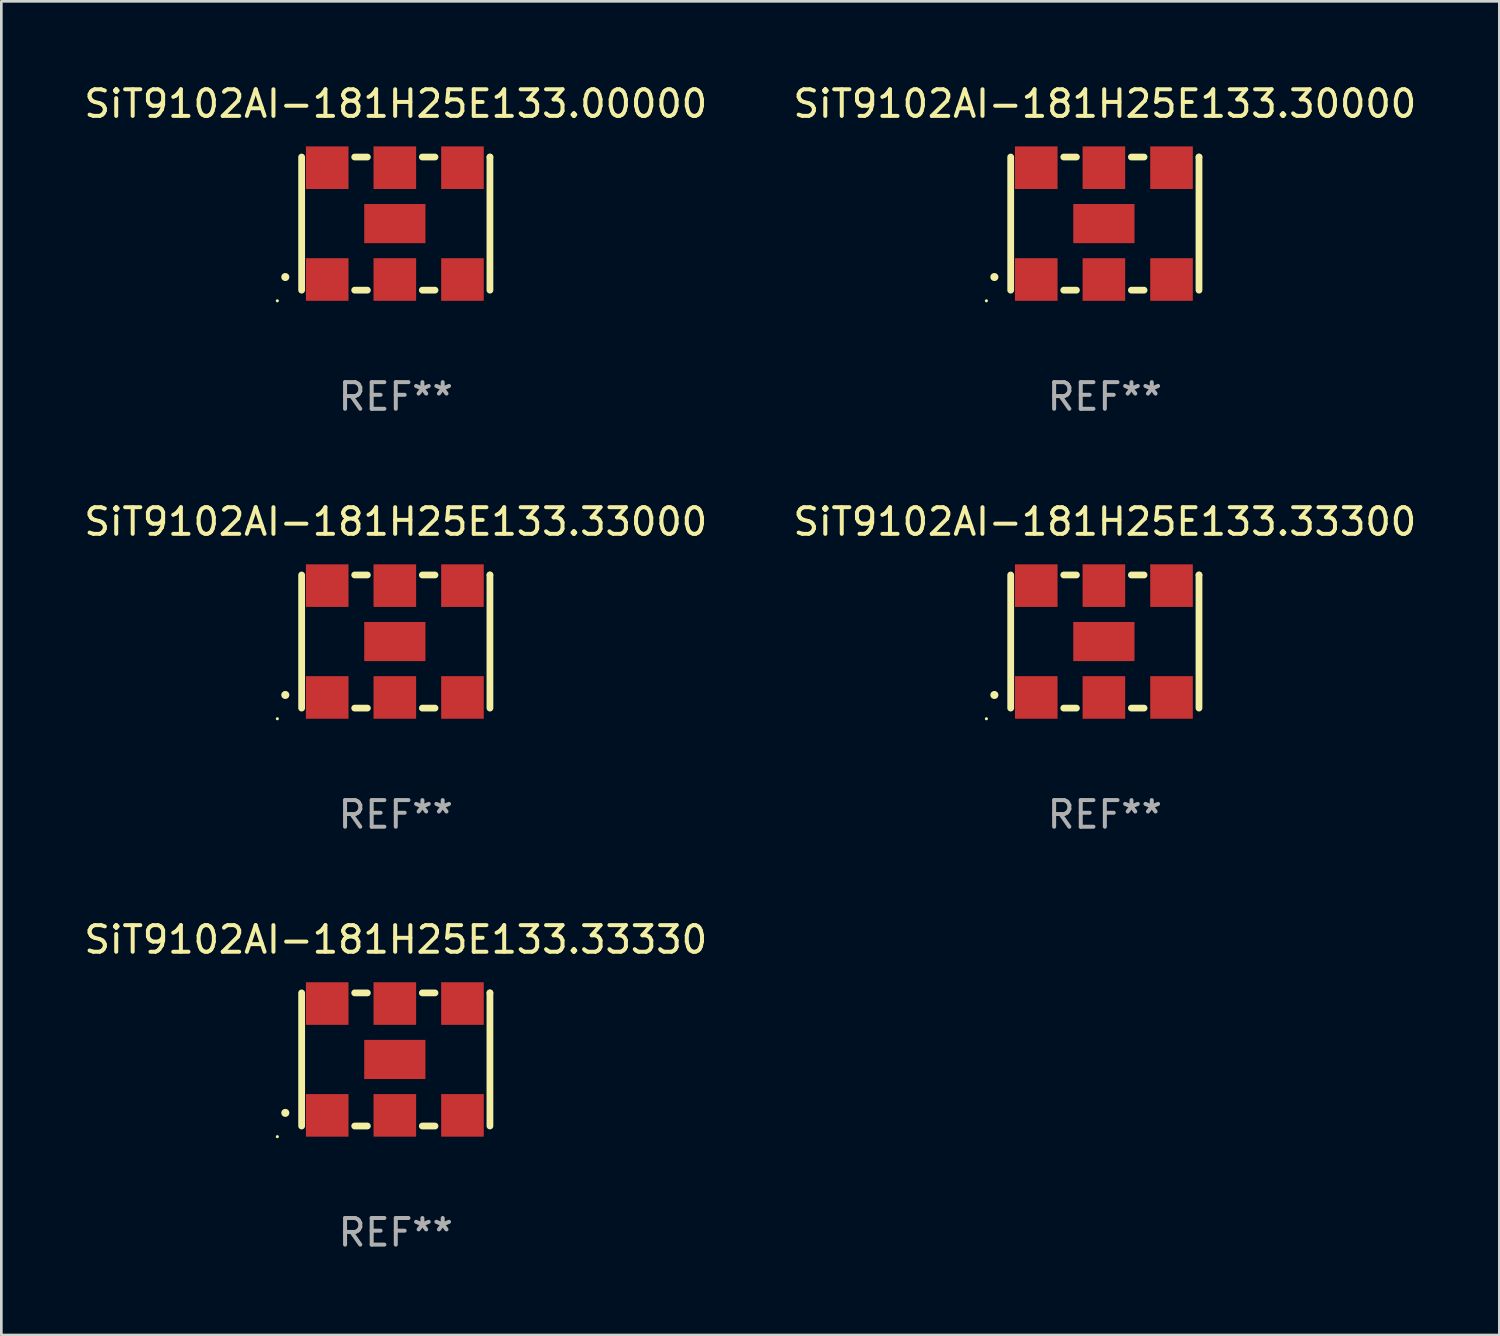
<source format=kicad_pcb>
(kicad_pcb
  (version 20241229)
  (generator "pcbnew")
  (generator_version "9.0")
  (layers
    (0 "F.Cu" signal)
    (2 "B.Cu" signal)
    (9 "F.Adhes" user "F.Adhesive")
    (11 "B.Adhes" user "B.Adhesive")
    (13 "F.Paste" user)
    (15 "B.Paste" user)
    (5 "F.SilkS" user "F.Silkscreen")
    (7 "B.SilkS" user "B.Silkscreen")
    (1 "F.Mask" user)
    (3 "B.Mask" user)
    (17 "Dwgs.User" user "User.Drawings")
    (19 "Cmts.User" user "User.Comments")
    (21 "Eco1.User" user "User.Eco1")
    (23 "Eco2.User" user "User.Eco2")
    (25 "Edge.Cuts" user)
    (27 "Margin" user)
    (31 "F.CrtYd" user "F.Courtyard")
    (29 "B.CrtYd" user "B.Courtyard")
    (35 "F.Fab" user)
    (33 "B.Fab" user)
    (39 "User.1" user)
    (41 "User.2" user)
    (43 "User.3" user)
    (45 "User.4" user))
  (footprint "SiT9102AI-181H25E133.30000"
    (layer "F.Cu")
    (at 38.446 5.348)
    (property "Reference" "SiT9102AI-181H25E133.30000" (at 0 -4.5 0) (layer "F.SilkS") (effects (font (size 1 1) (thickness 0.15))))
    (attr through_hole)
    (fp_line (start -3.536 -2.5) (end -3.536 2.5) (stroke (width 0.254) (type solid)) (layer "F.SilkS"))
    (fp_line (start -1.544 2.5) (end -1.067 2.5) (stroke (width 0.254) (type solid)) (layer "F.SilkS"))
    (fp_line (start -1.067 -2.5) (end -1.544 -2.5) (stroke (width 0.254) (type solid)) (layer "F.SilkS"))
    (fp_line (start 0.996 2.5) (end 1.473 2.5) (stroke (width 0.254) (type solid)) (layer "F.SilkS"))
    (fp_line (start 1.473 -2.5) (end 0.996 -2.5) (stroke (width 0.254) (type solid)) (layer "F.SilkS"))
    (fp_line (start 3.536 -2.5) (end 3.536 -2.5) (stroke (width 0.254) (type solid)) (layer "F.SilkS"))
    (fp_line (start 3.536 2.5) (end 3.536 -2.5) (stroke (width 0.254) (type solid)) (layer "F.SilkS"))
    (fp_arc (start -4.150432 2.006604) (mid -4.149162 2.006599) (end -4.147892 2.006604) (stroke (width 0.3) (type solid)) (layer "F.SilkS"))
    (fp_circle (center -4.449 2.9) (end -4.419 2.9) (stroke (width 0.06) (type solid)) (fill no) (layer "F.SilkS"))
    (fp_text user "REF**" (at 0 6.5 0) (layer "F.Fab") (effects (font (size 1 1) (thickness 0.15))))
    (pad "1" smd rect (at -2.576 2.1) (size 1.6 1.6) (layers "F.Cu" "F.Mask" "F.Paste"))
    (pad "2" smd rect (at -0.036 2.1) (size 1.6 1.6) (layers "F.Cu" "F.Mask" "F.Paste"))
    (pad "3" smd rect (at 2.504 2.1) (size 1.6 1.6) (layers "F.Cu" "F.Mask" "F.Paste"))
    (pad "4" smd rect (at 2.504 -2.1) (size 1.6 1.6) (layers "F.Cu" "F.Mask" "F.Paste"))
    (pad "5" smd rect (at -0.036 -2.1) (size 1.6 1.6) (layers "F.Cu" "F.Mask" "F.Paste"))
    (pad "6" smd rect (at -2.576 -2.1) (size 1.6 1.6) (layers "F.Cu" "F.Mask" "F.Paste"))
    (pad "7" smd rect (at -0.036 0) (size 2.3 1.47) (layers "F.Cu" "F.Mask" "F.Paste")))
  (footprint "SiT9102AI-181H25E133.33300"
    (layer "F.Cu")
    (at 38.446 21.045)
    (property "Reference" "SiT9102AI-181H25E133.33300" (at 0 -4.5 0) (layer "F.SilkS") (effects (font (size 1 1) (thickness 0.15))))
    (attr through_hole)
    (fp_line (start -3.536 -2.5) (end -3.536 2.5) (stroke (width 0.254) (type solid)) (layer "F.SilkS"))
    (fp_line (start -1.544 2.5) (end -1.067 2.5) (stroke (width 0.254) (type solid)) (layer "F.SilkS"))
    (fp_line (start -1.067 -2.5) (end -1.544 -2.5) (stroke (width 0.254) (type solid)) (layer "F.SilkS"))
    (fp_line (start 0.996 2.5) (end 1.473 2.5) (stroke (width 0.254) (type solid)) (layer "F.SilkS"))
    (fp_line (start 1.473 -2.5) (end 0.996 -2.5) (stroke (width 0.254) (type solid)) (layer "F.SilkS"))
    (fp_line (start 3.536 -2.5) (end 3.536 -2.5) (stroke (width 0.254) (type solid)) (layer "F.SilkS"))
    (fp_line (start 3.536 2.5) (end 3.536 -2.5) (stroke (width 0.254) (type solid)) (layer "F.SilkS"))
    (fp_arc (start -4.150432 2.006604) (mid -4.149162 2.006599) (end -4.147892 2.006604) (stroke (width 0.3) (type solid)) (layer "F.SilkS"))
    (fp_circle (center -4.449 2.9) (end -4.419 2.9) (stroke (width 0.06) (type solid)) (fill no) (layer "F.SilkS"))
    (fp_text user "REF**" (at 0 6.5 0) (layer "F.Fab") (effects (font (size 1 1) (thickness 0.15))))
    (pad "1" smd rect (at -2.576 2.1) (size 1.6 1.6) (layers "F.Cu" "F.Mask" "F.Paste"))
    (pad "2" smd rect (at -0.036 2.1) (size 1.6 1.6) (layers "F.Cu" "F.Mask" "F.Paste"))
    (pad "3" smd rect (at 2.504 2.1) (size 1.6 1.6) (layers "F.Cu" "F.Mask" "F.Paste"))
    (pad "4" smd rect (at 2.504 -2.1) (size 1.6 1.6) (layers "F.Cu" "F.Mask" "F.Paste"))
    (pad "5" smd rect (at -0.036 -2.1) (size 1.6 1.6) (layers "F.Cu" "F.Mask" "F.Paste"))
    (pad "6" smd rect (at -2.576 -2.1) (size 1.6 1.6) (layers "F.Cu" "F.Mask" "F.Paste"))
    (pad "7" smd rect (at -0.036 0) (size 2.3 1.47) (layers "F.Cu" "F.Mask" "F.Paste")))
  (footprint "SiT9102AI-181H25E133.33000"
    (layer "F.Cu")
    (at 11.815 21.045)
    (property "Reference" "SiT9102AI-181H25E133.33000" (at 0 -4.5 0) (layer "F.SilkS") (effects (font (size 1 1) (thickness 0.15))))
    (attr through_hole)
    (fp_line (start -3.536 -2.5) (end -3.536 2.5) (stroke (width 0.254) (type solid)) (layer "F.SilkS"))
    (fp_line (start -1.544 2.5) (end -1.067 2.5) (stroke (width 0.254) (type solid)) (layer "F.SilkS"))
    (fp_line (start -1.067 -2.5) (end -1.544 -2.5) (stroke (width 0.254) (type solid)) (layer "F.SilkS"))
    (fp_line (start 0.996 2.5) (end 1.473 2.5) (stroke (width 0.254) (type solid)) (layer "F.SilkS"))
    (fp_line (start 1.473 -2.5) (end 0.996 -2.5) (stroke (width 0.254) (type solid)) (layer "F.SilkS"))
    (fp_line (start 3.536 -2.5) (end 3.536 -2.5) (stroke (width 0.254) (type solid)) (layer "F.SilkS"))
    (fp_line (start 3.536 2.5) (end 3.536 -2.5) (stroke (width 0.254) (type solid)) (layer "F.SilkS"))
    (fp_arc (start -4.150432 2.006604) (mid -4.149162 2.006599) (end -4.147892 2.006604) (stroke (width 0.3) (type solid)) (layer "F.SilkS"))
    (fp_circle (center -4.449 2.9) (end -4.419 2.9) (stroke (width 0.06) (type solid)) (fill no) (layer "F.SilkS"))
    (fp_text user "REF**" (at 0 6.5 0) (layer "F.Fab") (effects (font (size 1 1) (thickness 0.15))))
    (pad "1" smd rect (at -2.576 2.1) (size 1.6 1.6) (layers "F.Cu" "F.Mask" "F.Paste"))
    (pad "2" smd rect (at -0.036 2.1) (size 1.6 1.6) (layers "F.Cu" "F.Mask" "F.Paste"))
    (pad "3" smd rect (at 2.504 2.1) (size 1.6 1.6) (layers "F.Cu" "F.Mask" "F.Paste"))
    (pad "4" smd rect (at 2.504 -2.1) (size 1.6 1.6) (layers "F.Cu" "F.Mask" "F.Paste"))
    (pad "5" smd rect (at -0.036 -2.1) (size 1.6 1.6) (layers "F.Cu" "F.Mask" "F.Paste"))
    (pad "6" smd rect (at -2.576 -2.1) (size 1.6 1.6) (layers "F.Cu" "F.Mask" "F.Paste"))
    (pad "7" smd rect (at -0.036 0) (size 2.3 1.47) (layers "F.Cu" "F.Mask" "F.Paste")))
  (footprint "SiT9102AI-181H25E133.33330"
    (layer "F.Cu")
    (at 11.815 36.741)
    (property "Reference" "SiT9102AI-181H25E133.33330" (at 0 -4.5 0) (layer "F.SilkS") (effects (font (size 1 1) (thickness 0.15))))
    (attr through_hole)
    (fp_line (start -3.536 -2.5) (end -3.536 2.5) (stroke (width 0.254) (type solid)) (layer "F.SilkS"))
    (fp_line (start -1.544 2.5) (end -1.067 2.5) (stroke (width 0.254) (type solid)) (layer "F.SilkS"))
    (fp_line (start -1.067 -2.5) (end -1.544 -2.5) (stroke (width 0.254) (type solid)) (layer "F.SilkS"))
    (fp_line (start 0.996 2.5) (end 1.473 2.5) (stroke (width 0.254) (type solid)) (layer "F.SilkS"))
    (fp_line (start 1.473 -2.5) (end 0.996 -2.5) (stroke (width 0.254) (type solid)) (layer "F.SilkS"))
    (fp_line (start 3.536 -2.5) (end 3.536 -2.5) (stroke (width 0.254) (type solid)) (layer "F.SilkS"))
    (fp_line (start 3.536 2.5) (end 3.536 -2.5) (stroke (width 0.254) (type solid)) (layer "F.SilkS"))
    (fp_arc (start -4.150432 2.006604) (mid -4.149162 2.006599) (end -4.147892 2.006604) (stroke (width 0.3) (type solid)) (layer "F.SilkS"))
    (fp_circle (center -4.449 2.9) (end -4.419 2.9) (stroke (width 0.06) (type solid)) (fill no) (layer "F.SilkS"))
    (fp_text user "REF**" (at 0 6.5 0) (layer "F.Fab") (effects (font (size 1 1) (thickness 0.15))))
    (pad "1" smd rect (at -2.576 2.1) (size 1.6 1.6) (layers "F.Cu" "F.Mask" "F.Paste"))
    (pad "2" smd rect (at -0.036 2.1) (size 1.6 1.6) (layers "F.Cu" "F.Mask" "F.Paste"))
    (pad "3" smd rect (at 2.504 2.1) (size 1.6 1.6) (layers "F.Cu" "F.Mask" "F.Paste"))
    (pad "4" smd rect (at 2.504 -2.1) (size 1.6 1.6) (layers "F.Cu" "F.Mask" "F.Paste"))
    (pad "5" smd rect (at -0.036 -2.1) (size 1.6 1.6) (layers "F.Cu" "F.Mask" "F.Paste"))
    (pad "6" smd rect (at -2.576 -2.1) (size 1.6 1.6) (layers "F.Cu" "F.Mask" "F.Paste"))
    (pad "7" smd rect (at -0.036 0) (size 2.3 1.47) (layers "F.Cu" "F.Mask" "F.Paste")))
  (footprint "SiT9102AI-181H25E133.00000"
    (layer "F.Cu")
    (at 11.815 5.348)
    (property "Reference" "SiT9102AI-181H25E133.00000" (at 0 -4.5 0) (layer "F.SilkS") (effects (font (size 1 1) (thickness 0.15))))
    (attr through_hole)
    (fp_line (start -3.536 -2.5) (end -3.536 2.5) (stroke (width 0.254) (type solid)) (layer "F.SilkS"))
    (fp_line (start -1.544 2.5) (end -1.067 2.5) (stroke (width 0.254) (type solid)) (layer "F.SilkS"))
    (fp_line (start -1.067 -2.5) (end -1.544 -2.5) (stroke (width 0.254) (type solid)) (layer "F.SilkS"))
    (fp_line (start 0.996 2.5) (end 1.473 2.5) (stroke (width 0.254) (type solid)) (layer "F.SilkS"))
    (fp_line (start 1.473 -2.5) (end 0.996 -2.5) (stroke (width 0.254) (type solid)) (layer "F.SilkS"))
    (fp_line (start 3.536 -2.5) (end 3.536 -2.5) (stroke (width 0.254) (type solid)) (layer "F.SilkS"))
    (fp_line (start 3.536 2.5) (end 3.536 -2.5) (stroke (width 0.254) (type solid)) (layer "F.SilkS"))
    (fp_arc (start -4.150432 2.006604) (mid -4.149162 2.006599) (end -4.147892 2.006604) (stroke (width 0.3) (type solid)) (layer "F.SilkS"))
    (fp_circle (center -4.449 2.9) (end -4.419 2.9) (stroke (width 0.06) (type solid)) (fill no) (layer "F.SilkS"))
    (fp_text user "REF**" (at 0 6.5 0) (layer "F.Fab") (effects (font (size 1 1) (thickness 0.15))))
    (pad "1" smd rect (at -2.576 2.1) (size 1.6 1.6) (layers "F.Cu" "F.Mask" "F.Paste"))
    (pad "2" smd rect (at -0.036 2.1) (size 1.6 1.6) (layers "F.Cu" "F.Mask" "F.Paste"))
    (pad "3" smd rect (at 2.504 2.1) (size 1.6 1.6) (layers "F.Cu" "F.Mask" "F.Paste"))
    (pad "4" smd rect (at 2.504 -2.1) (size 1.6 1.6) (layers "F.Cu" "F.Mask" "F.Paste"))
    (pad "5" smd rect (at -0.036 -2.1) (size 1.6 1.6) (layers "F.Cu" "F.Mask" "F.Paste"))
    (pad "6" smd rect (at -2.576 -2.1) (size 1.6 1.6) (layers "F.Cu" "F.Mask" "F.Paste"))
    (pad "7" smd rect (at -0.036 0) (size 2.3 1.47) (layers "F.Cu" "F.Mask" "F.Paste")))
  (gr_rect
    (start -3 -3)
    (end 53.262 47.09)
    (stroke (width 0.1) (type default))
    (fill no)
    (layer "Edge.Cuts")))
</source>
